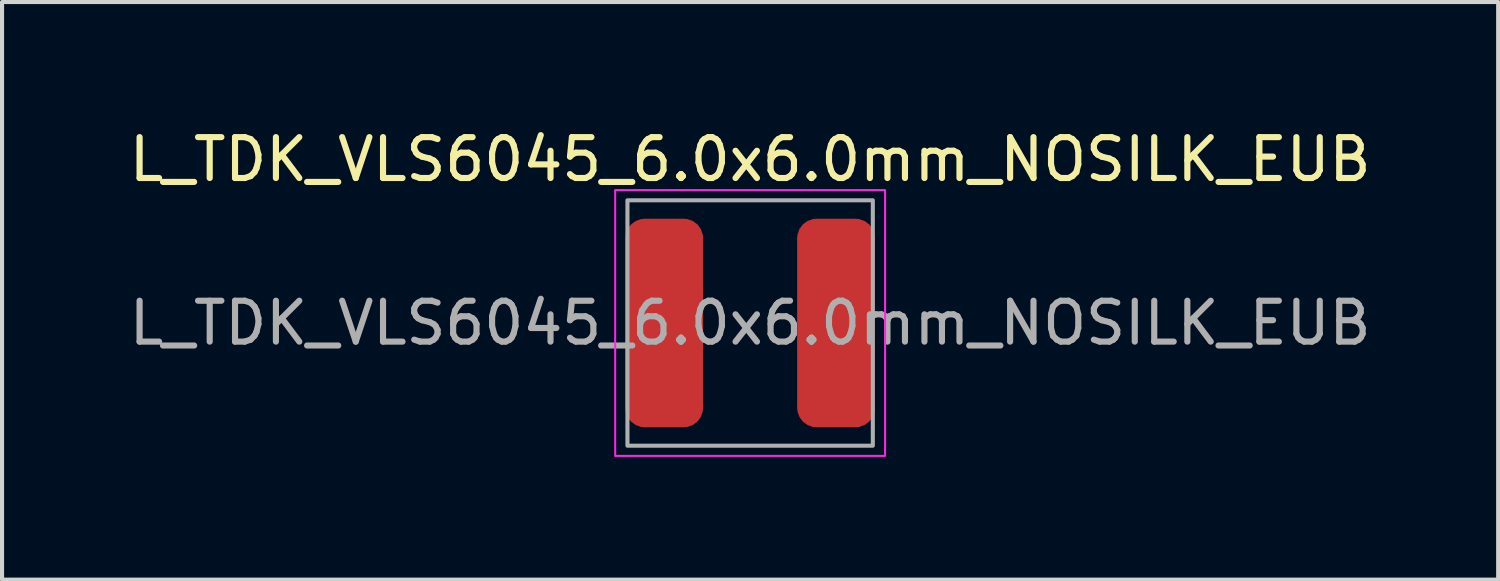
<source format=kicad_pcb>
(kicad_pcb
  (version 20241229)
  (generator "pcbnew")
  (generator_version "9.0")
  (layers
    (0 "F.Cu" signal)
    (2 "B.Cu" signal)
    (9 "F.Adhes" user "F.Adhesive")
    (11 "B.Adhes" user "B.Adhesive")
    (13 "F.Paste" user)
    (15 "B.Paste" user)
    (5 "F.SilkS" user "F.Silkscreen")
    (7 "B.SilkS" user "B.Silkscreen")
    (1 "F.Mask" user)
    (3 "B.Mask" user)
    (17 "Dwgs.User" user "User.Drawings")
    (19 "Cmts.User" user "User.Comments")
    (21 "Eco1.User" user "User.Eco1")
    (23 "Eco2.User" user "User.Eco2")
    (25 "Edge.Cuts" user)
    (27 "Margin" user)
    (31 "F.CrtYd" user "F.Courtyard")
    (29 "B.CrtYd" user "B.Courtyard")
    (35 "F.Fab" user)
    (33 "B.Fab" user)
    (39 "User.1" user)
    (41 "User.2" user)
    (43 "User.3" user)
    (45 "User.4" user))
  (footprint "L_TDK_VLS6045_6.0x6.0mm_NOSILK_EUB"
    (layer "F.Cu")
    (at 15.292 4.848)
    (property "Reference" "L_TDK_VLS6045_6.0x6.0mm_NOSILK_EUB" (at 0 -4 0) (unlocked yes) (layer "F.SilkS") (effects (font (size 1 1) (thickness 0.15))))
    (attr smd)
    (fp_rect (start -3.3 -3.25) (end 3.3 3.25) (stroke (width 0.05) (type solid)) (fill no) (layer "F.CrtYd"))
    (fp_rect (start -3 -3) (end 3 3) (stroke (width 0.1) (type solid)) (fill no) (layer "F.Fab"))
    (fp_text user "${REFERENCE}" (at 0 0 0) (unlocked yes) (layer "F.Fab") (effects (font (size 1 1) (thickness 0.15))))
    (pad "1" smd roundrect (at -2.1 0) (size 1.9 5.1) (layers "F.Cu" "F.Mask" "F.Paste") (roundrect_rratio 0.25))
    (pad "2" smd roundrect (at 2.1 0) (size 1.9 5.1) (layers "F.Cu" "F.Mask" "F.Paste") (roundrect_rratio 0.25)))
  (gr_rect
    (start -3 -3)
    (end 33.583 11.123)
    (stroke (width 0.1) (type default))
    (fill no)
    (layer "Edge.Cuts")))
</source>
